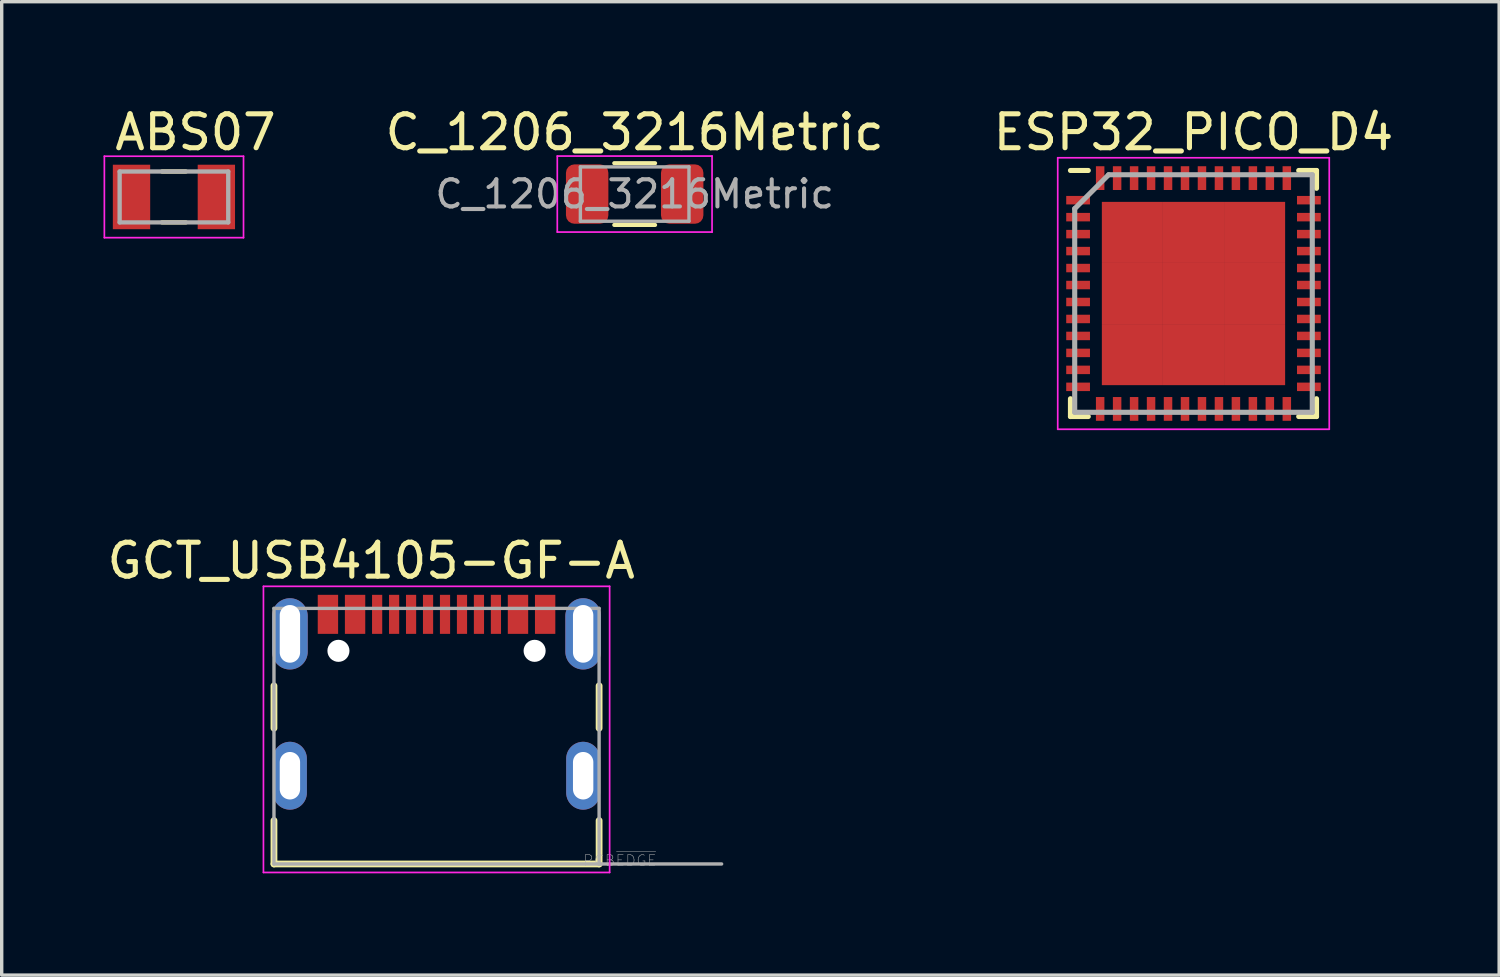
<source format=kicad_pcb>
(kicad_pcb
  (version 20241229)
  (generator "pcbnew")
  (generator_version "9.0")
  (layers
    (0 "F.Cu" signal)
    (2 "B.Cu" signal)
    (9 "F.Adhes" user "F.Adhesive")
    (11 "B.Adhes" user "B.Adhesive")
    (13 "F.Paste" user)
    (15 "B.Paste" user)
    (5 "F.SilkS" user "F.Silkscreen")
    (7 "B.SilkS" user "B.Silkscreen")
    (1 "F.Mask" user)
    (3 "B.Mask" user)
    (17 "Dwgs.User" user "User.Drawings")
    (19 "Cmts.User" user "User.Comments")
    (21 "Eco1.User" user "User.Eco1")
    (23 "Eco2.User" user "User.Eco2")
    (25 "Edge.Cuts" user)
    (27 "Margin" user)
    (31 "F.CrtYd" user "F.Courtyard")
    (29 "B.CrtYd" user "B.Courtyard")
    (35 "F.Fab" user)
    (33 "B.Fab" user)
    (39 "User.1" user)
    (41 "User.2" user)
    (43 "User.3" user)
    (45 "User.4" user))
  (footprint "GCT_USB4105-GF-A"
    (layer "F.Cu")
    (at 9.812 19.806)
    (property "Reference" "GCT_USB4105-GF-A" (at -1.925 -6.335 0) (layer "F.SilkS") (effects (font (size 1 1) (thickness 0.15))))
    (attr through_hole)
    (fp_line (start -4.79 -2.65) (end -4.79 -1.4) (stroke (width 0.2) (type solid)) (layer "F.SilkS"))
    (fp_line (start -4.79 1.32) (end -4.79 2.6) (stroke (width 0.2) (type solid)) (layer "F.SilkS"))
    (fp_line (start -4.79 2.6) (end 4.79 2.6) (stroke (width 0.2) (type solid)) (layer "F.SilkS"))
    (fp_line (start 4.79 -2.65) (end 4.79 -1.4) (stroke (width 0.2) (type solid)) (layer "F.SilkS"))
    (fp_line (start 4.79 2.6) (end 4.79 1.32) (stroke (width 0.2) (type solid)) (layer "F.SilkS"))
    (fp_line (start -5.1 -5.58) (end -5.1 2.85) (stroke (width 0.05) (type solid)) (layer "F.CrtYd"))
    (fp_line (start -5.1 2.85) (end 5.1 2.85) (stroke (width 0.05) (type solid)) (layer "F.CrtYd"))
    (fp_line (start 5.1 -5.58) (end -5.1 -5.58) (stroke (width 0.05) (type solid)) (layer "F.CrtYd"))
    (fp_line (start 5.1 2.85) (end 5.1 -5.58) (stroke (width 0.05) (type solid)) (layer "F.CrtYd"))
    (fp_line (start -4.79 -4.93) (end 4.79 -4.93) (stroke (width 0.1) (type solid)) (layer "F.Fab"))
    (fp_line (start -4.79 2.6) (end -4.79 -4.93) (stroke (width 0.1) (type solid)) (layer "F.Fab"))
    (fp_line (start 4.79 -4.93) (end 4.79 2.6) (stroke (width 0.1) (type solid)) (layer "F.Fab"))
    (fp_line (start 4.79 2.6) (end -4.79 2.6) (stroke (width 0.1) (type solid)) (layer "F.Fab"))
    (fp_line (start 4.8 2.6) (end 8.4 2.6) (stroke (width 0.1) (type solid)) (layer "F.Fab"))
    (fp_text user "PCB~{EDGE}" (at 5.4 2.5 0) (layer "F.Fab") (effects (font (size 0.32 0.32) (thickness 0.015))))
    (pad "" np_thru_hole circle (at -2.89 -3.68) (size 0.65 0.65) (drill 0.65) (layers "*.Cu" "*.Mask"))
    (pad "" np_thru_hole circle (at 2.89 -3.68) (size 0.65 0.65) (drill 0.65) (layers "*.Cu" "*.Mask"))
    (pad "A1/B12" smd rect (at -3.2 -4.755) (size 0.6 1.15) (layers "F.Cu" "F.Mask" "F.Paste"))
    (pad "A4/B9" smd rect (at -2.4 -4.755) (size 0.6 1.15) (layers "F.Cu" "F.Mask" "F.Paste"))
    (pad "A5" smd rect (at -1.25 -4.755) (size 0.3 1.15) (layers "F.Cu" "F.Mask" "F.Paste"))
    (pad "A6" smd rect (at -0.25 -4.755) (size 0.3 1.15) (layers "F.Cu" "F.Mask" "F.Paste"))
    (pad "A7" smd rect (at 0.25 -4.755) (size 0.3 1.15) (layers "F.Cu" "F.Mask" "F.Paste"))
    (pad "A8" smd rect (at 1.25 -4.755) (size 0.3 1.15) (layers "F.Cu" "F.Mask" "F.Paste"))
    (pad "B1/A12" smd rect (at 3.2 -4.755) (size 0.6 1.15) (layers "F.Cu" "F.Mask" "F.Paste"))
    (pad "B4/A9" smd rect (at 2.4 -4.755) (size 0.6 1.15) (layers "F.Cu" "F.Mask" "F.Paste"))
    (pad "B5" smd rect (at 1.75 -4.755) (size 0.3 1.15) (layers "F.Cu" "F.Mask" "F.Paste"))
    (pad "B6" smd rect (at 0.75 -4.755) (size 0.3 1.15) (layers "F.Cu" "F.Mask" "F.Paste"))
    (pad "B7" smd rect (at -0.75 -4.755) (size 0.3 1.15) (layers "F.Cu" "F.Mask" "F.Paste"))
    (pad "B8" smd rect (at -1.75 -4.755) (size 0.3 1.15) (layers "F.Cu" "F.Mask" "F.Paste"))
    (pad "G1" thru_hole oval (at -4.32 0) (size 1 2) (drill oval 0.6 1.4) (layers "*.Cu" "*.Mask"))
    (pad "G2" thru_hole oval (at 4.32 0) (size 1 2) (drill oval 0.6 1.4) (layers "*.Cu" "*.Mask"))
    (pad "G3" thru_hole oval (at -4.32 -4.18) (size 1.05 2.1) (drill oval 0.6 1.7) (layers "*.Cu" "*.Mask"))
    (pad "G4" thru_hole oval (at 4.32 -4.18) (size 1.05 2.1) (drill oval 0.6 1.7) (layers "*.Cu" "*.Mask")))
  (footprint "C_1206_3216Metric"
    (layer "F.Cu")
    (at 15.65 2.668)
    (property "Reference" "C_1206_3216Metric" (at 0 -1.82 0) (layer "F.SilkS") (effects (font (size 1 1) (thickness 0.15))))
    (attr smd)
    (fp_line (start -0.602 -0.91) (end 0.602 -0.91) (stroke (width 0.12) (type solid)) (layer "F.SilkS"))
    (fp_line (start -0.602 0.91) (end 0.602 0.91) (stroke (width 0.12) (type solid)) (layer "F.SilkS"))
    (fp_line (start -2.28 -1.12) (end 2.28 -1.12) (stroke (width 0.05) (type solid)) (layer "F.CrtYd"))
    (fp_line (start -2.28 1.12) (end -2.28 -1.12) (stroke (width 0.05) (type solid)) (layer "F.CrtYd"))
    (fp_line (start 2.28 -1.12) (end 2.28 1.12) (stroke (width 0.05) (type solid)) (layer "F.CrtYd"))
    (fp_line (start 2.28 1.12) (end -2.28 1.12) (stroke (width 0.05) (type solid)) (layer "F.CrtYd"))
    (fp_line (start -1.6 -0.8) (end 1.6 -0.8) (stroke (width 0.1) (type solid)) (layer "F.Fab"))
    (fp_line (start -1.6 0.8) (end -1.6 -0.8) (stroke (width 0.1) (type solid)) (layer "F.Fab"))
    (fp_line (start 1.6 -0.8) (end 1.6 0.8) (stroke (width 0.1) (type solid)) (layer "F.Fab"))
    (fp_line (start 1.6 0.8) (end -1.6 0.8) (stroke (width 0.1) (type solid)) (layer "F.Fab"))
    (fp_text user "${REFERENCE}" (at 0 0 0) (layer "F.Fab") (effects (font (size 0.8 0.8) (thickness 0.12))))
    (pad "1" smd roundrect (at -1.4 0) (size 1.25 1.75) (layers "F.Cu" "F.Mask" "F.Paste") (roundrect_rratio 0.2))
    (pad "2" smd roundrect (at 1.4 0) (size 1.25 1.75) (layers "F.Cu" "F.Mask" "F.Paste") (roundrect_rratio 0.2)))
  (footprint "ABS07"
    (layer "F.Cu")
    (at 2.075 2.753)
    (property "Reference" "ABS07" (at 0.635 -1.905 0) (layer "F.SilkS") (effects (font (size 1 1) (thickness 0.15))))
    (attr through_hole)
    (fp_line (start -0.35 -0.75) (end 0.35 -0.75) (stroke (width 0.127) (type solid)) (layer "F.SilkS"))
    (fp_line (start -0.35 0.75) (end 0.35 0.75) (stroke (width 0.127) (type solid)) (layer "F.SilkS"))
    (fp_line (start -2.05 -1.2) (end 2.05 -1.2) (stroke (width 0.05) (type solid)) (layer "F.CrtYd"))
    (fp_line (start -2.05 1.2) (end -2.05 -1.2) (stroke (width 0.05) (type solid)) (layer "F.CrtYd"))
    (fp_line (start 2.05 -1.2) (end 2.05 1.2) (stroke (width 0.05) (type solid)) (layer "F.CrtYd"))
    (fp_line (start 2.05 1.2) (end -2.05 1.2) (stroke (width 0.05) (type solid)) (layer "F.CrtYd"))
    (fp_line (start -1.6 -0.75) (end 1.6 -0.75) (stroke (width 0.127) (type solid)) (layer "F.Fab"))
    (fp_line (start -1.6 0.75) (end -1.6 -0.75) (stroke (width 0.127) (type solid)) (layer "F.Fab"))
    (fp_line (start 1.6 -0.75) (end 1.6 0.75) (stroke (width 0.127) (type solid)) (layer "F.Fab"))
    (fp_line (start 1.6 0.75) (end -1.6 0.75) (stroke (width 0.127) (type solid)) (layer "F.Fab"))
    (pad "1" smd rect (at -1.25 0) (size 1.1 1.9) (layers "F.Cu" "F.Mask" "F.Paste"))
    (pad "2" smd rect (at 1.25 0) (size 1.1 1.9) (layers "F.Cu" "F.Mask" "F.Paste")))
  (footprint "ESP32_PICO_D4"
    (layer "F.Cu")
    (at 32.115 5.598)
    (property "Reference" "ESP32_PICO_D4" (at 0 -4.75 0) (layer "F.SilkS") (effects (font (size 1 1) (thickness 0.15))))
    (attr smd)
    (fp_line (start -3.625 -3.625) (end -3.1 -3.625) (stroke (width 0.15) (type solid)) (layer "F.SilkS"))
    (fp_line (start -3.625 3.625) (end -3.625 3.1) (stroke (width 0.15) (type solid)) (layer "F.SilkS"))
    (fp_line (start -3.625 3.625) (end -3.1 3.625) (stroke (width 0.15) (type solid)) (layer "F.SilkS"))
    (fp_line (start 3.625 -3.625) (end 3.1 -3.625) (stroke (width 0.15) (type solid)) (layer "F.SilkS"))
    (fp_line (start 3.625 -3.625) (end 3.625 -3.1) (stroke (width 0.15) (type solid)) (layer "F.SilkS"))
    (fp_line (start 3.625 3.625) (end 3.1 3.625) (stroke (width 0.15) (type solid)) (layer "F.SilkS"))
    (fp_line (start 3.625 3.625) (end 3.625 3.1) (stroke (width 0.15) (type solid)) (layer "F.SilkS"))
    (fp_line (start -4 -4) (end -4 4) (stroke (width 0.05) (type solid)) (layer "F.CrtYd"))
    (fp_line (start -4 -4) (end 4 -4) (stroke (width 0.05) (type solid)) (layer "F.CrtYd"))
    (fp_line (start -4 4) (end 4 4) (stroke (width 0.05) (type solid)) (layer "F.CrtYd"))
    (fp_line (start 4 -4) (end 4 4) (stroke (width 0.05) (type solid)) (layer "F.CrtYd"))
    (fp_line (start -3.5 -2.5) (end -2.5 -3.5) (stroke (width 0.15) (type solid)) (layer "F.Fab"))
    (fp_line (start -3.5 3.5) (end -3.5 -2.5) (stroke (width 0.15) (type solid)) (layer "F.Fab"))
    (fp_line (start -2.5 -3.5) (end 3.5 -3.5) (stroke (width 0.15) (type solid)) (layer "F.Fab"))
    (fp_line (start 3.5 -3.5) (end 3.5 3.5) (stroke (width 0.15) (type solid)) (layer "F.Fab"))
    (fp_line (start 3.5 3.5) (end -3.5 3.5) (stroke (width 0.15) (type solid)) (layer "F.Fab"))
    (pad "1" smd rect (at -3.4 -2.75) (size 0.7 0.25) (layers "F.Cu" "F.Mask" "F.Paste"))
    (pad "2" smd rect (at -3.4 -2.25) (size 0.7 0.25) (layers "F.Cu" "F.Mask" "F.Paste"))
    (pad "3" smd rect (at -3.4 -1.75) (size 0.7 0.25) (layers "F.Cu" "F.Mask" "F.Paste"))
    (pad "4" smd rect (at -3.4 -1.25) (size 0.7 0.25) (layers "F.Cu" "F.Mask" "F.Paste"))
    (pad "5" smd rect (at -3.4 -0.75) (size 0.7 0.25) (layers "F.Cu" "F.Mask" "F.Paste"))
    (pad "6" smd rect (at -3.4 -0.25) (size 0.7 0.25) (layers "F.Cu" "F.Mask" "F.Paste"))
    (pad "7" smd rect (at -3.4 0.25) (size 0.7 0.25) (layers "F.Cu" "F.Mask" "F.Paste"))
    (pad "8" smd rect (at -3.4 0.75) (size 0.7 0.25) (layers "F.Cu" "F.Mask" "F.Paste"))
    (pad "9" smd rect (at -3.4 1.25) (size 0.7 0.25) (layers "F.Cu" "F.Mask" "F.Paste"))
    (pad "10" smd rect (at -3.4 1.75) (size 0.7 0.25) (layers "F.Cu" "F.Mask" "F.Paste"))
    (pad "11" smd rect (at -3.4 2.25) (size 0.7 0.25) (layers "F.Cu" "F.Mask" "F.Paste"))
    (pad "12" smd rect (at -3.4 2.75) (size 0.7 0.25) (layers "F.Cu" "F.Mask" "F.Paste"))
    (pad "13" smd rect (at -2.75 3.4 90) (size 0.7 0.25) (layers "F.Cu" "F.Mask" "F.Paste"))
    (pad "14" smd rect (at -2.25 3.4 90) (size 0.7 0.25) (layers "F.Cu" "F.Mask" "F.Paste"))
    (pad "15" smd rect (at -1.75 3.4 90) (size 0.7 0.25) (layers "F.Cu" "F.Mask" "F.Paste"))
    (pad "16" smd rect (at -1.25 3.4 90) (size 0.7 0.25) (layers "F.Cu" "F.Mask" "F.Paste"))
    (pad "17" smd rect (at -0.75 3.4 90) (size 0.7 0.25) (layers "F.Cu" "F.Mask" "F.Paste"))
    (pad "18" smd rect (at -0.25 3.4 90) (size 0.7 0.25) (layers "F.Cu" "F.Mask" "F.Paste"))
    (pad "19" smd rect (at 0.25 3.4 90) (size 0.7 0.25) (layers "F.Cu" "F.Mask" "F.Paste"))
    (pad "20" smd rect (at 0.75 3.4 90) (size 0.7 0.25) (layers "F.Cu" "F.Mask" "F.Paste"))
    (pad "21" smd rect (at 1.25 3.4 90) (size 0.7 0.25) (layers "F.Cu" "F.Mask" "F.Paste"))
    (pad "22" smd rect (at 1.75 3.4 90) (size 0.7 0.25) (layers "F.Cu" "F.Mask" "F.Paste"))
    (pad "23" smd rect (at 2.25 3.4 90) (size 0.7 0.25) (layers "F.Cu" "F.Mask" "F.Paste"))
    (pad "24" smd rect (at 2.75 3.4 90) (size 0.7 0.25) (layers "F.Cu" "F.Mask" "F.Paste"))
    (pad "25" smd rect (at 3.4 2.75) (size 0.7 0.25) (layers "F.Cu" "F.Mask" "F.Paste"))
    (pad "26" smd rect (at 3.4 2.25) (size 0.7 0.25) (layers "F.Cu" "F.Mask" "F.Paste"))
    (pad "27" smd rect (at 3.4 1.75) (size 0.7 0.25) (layers "F.Cu" "F.Mask" "F.Paste"))
    (pad "28" smd rect (at 3.4 1.25) (size 0.7 0.25) (layers "F.Cu" "F.Mask" "F.Paste"))
    (pad "29" smd rect (at 3.4 0.75) (size 0.7 0.25) (layers "F.Cu" "F.Mask" "F.Paste"))
    (pad "30" smd rect (at 3.4 0.25) (size 0.7 0.25) (layers "F.Cu" "F.Mask" "F.Paste"))
    (pad "31" smd rect (at 3.4 -0.25) (size 0.7 0.25) (layers "F.Cu" "F.Mask" "F.Paste"))
    (pad "32" smd rect (at 3.4 -0.75) (size 0.7 0.25) (layers "F.Cu" "F.Mask" "F.Paste"))
    (pad "33" smd rect (at 3.4 -1.25) (size 0.7 0.25) (layers "F.Cu" "F.Mask" "F.Paste"))
    (pad "34" smd rect (at 3.4 -1.75) (size 0.7 0.25) (layers "F.Cu" "F.Mask" "F.Paste"))
    (pad "35" smd rect (at 3.4 -2.25) (size 0.7 0.25) (layers "F.Cu" "F.Mask" "F.Paste"))
    (pad "36" smd rect (at 3.4 -2.75) (size 0.7 0.25) (layers "F.Cu" "F.Mask" "F.Paste"))
    (pad "37" smd rect (at 2.75 -3.4 90) (size 0.7 0.25) (layers "F.Cu" "F.Mask" "F.Paste"))
    (pad "38" smd rect (at 2.25 -3.4 90) (size 0.7 0.25) (layers "F.Cu" "F.Mask" "F.Paste"))
    (pad "39" smd rect (at 1.75 -3.4 90) (size 0.7 0.25) (layers "F.Cu" "F.Mask" "F.Paste"))
    (pad "40" smd rect (at 1.25 -3.4 90) (size 0.7 0.25) (layers "F.Cu" "F.Mask" "F.Paste"))
    (pad "41" smd rect (at 0.75 -3.4 90) (size 0.7 0.25) (layers "F.Cu" "F.Mask" "F.Paste"))
    (pad "42" smd rect (at 0.25 -3.4 90) (size 0.7 0.25) (layers "F.Cu" "F.Mask" "F.Paste"))
    (pad "43" smd rect (at -0.25 -3.4 90) (size 0.7 0.25) (layers "F.Cu" "F.Mask" "F.Paste"))
    (pad "44" smd rect (at -0.75 -3.4 90) (size 0.7 0.25) (layers "F.Cu" "F.Mask" "F.Paste"))
    (pad "45" smd rect (at -1.25 -3.4 90) (size 0.7 0.25) (layers "F.Cu" "F.Mask" "F.Paste"))
    (pad "46" smd rect (at -1.75 -3.4 90) (size 0.7 0.25) (layers "F.Cu" "F.Mask" "F.Paste"))
    (pad "47" smd rect (at -2.25 -3.4 90) (size 0.7 0.25) (layers "F.Cu" "F.Mask" "F.Paste"))
    (pad "48" smd rect (at -2.75 -3.4 90) (size 0.7 0.25) (layers "F.Cu" "F.Mask" "F.Paste"))
    (pad "49" smd rect (at -1.8 -1.8) (size 1.8 1.8) (layers "F.Cu" "F.Mask" "F.Paste"))
    (pad "49" smd rect (at -1.8 0) (size 1.8 1.8) (layers "F.Cu" "F.Mask" "F.Paste"))
    (pad "49" smd rect (at -1.8 1.8) (size 1.8 1.8) (layers "F.Cu" "F.Mask" "F.Paste"))
    (pad "49" smd rect (at 0 -1.8) (size 1.8 1.8) (layers "F.Cu" "F.Mask" "F.Paste"))
    (pad "49" smd rect (at 0 0) (size 1.8 1.8) (layers "F.Cu" "F.Mask" "F.Paste"))
    (pad "49" smd rect (at 0 1.8) (size 1.8 1.8) (layers "F.Cu" "F.Mask" "F.Paste"))
    (pad "49" smd rect (at 1.8 -1.8) (size 1.8 1.8) (layers "F.Cu" "F.Mask" "F.Paste"))
    (pad "49" smd rect (at 1.8 0) (size 1.8 1.8) (layers "F.Cu" "F.Mask" "F.Paste"))
    (pad "49" smd rect (at 1.8 1.8) (size 1.8 1.8) (layers "F.Cu" "F.Mask" "F.Paste")))
  (gr_rect
    (start -3 -3)
    (end 41.121 25.681)
    (stroke (width 0.1) (type default))
    (fill no)
    (layer "Edge.Cuts")))
</source>
